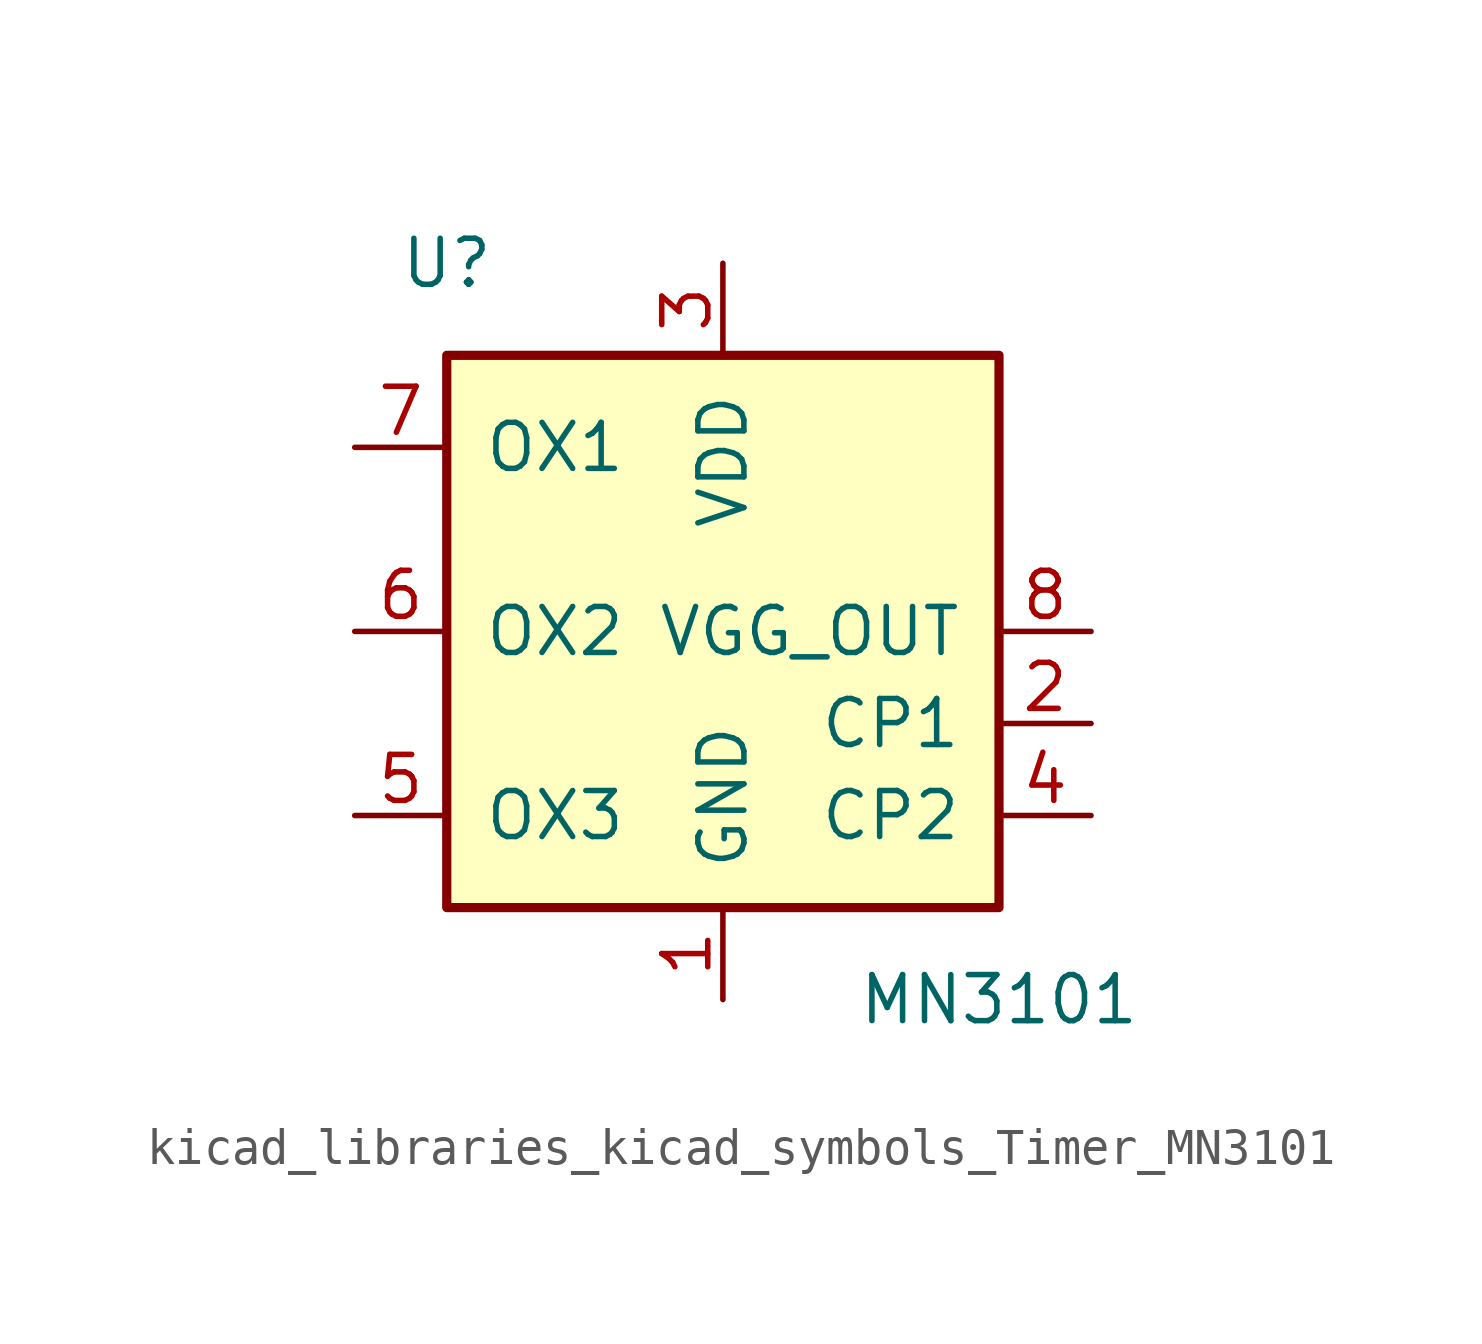
<source format=kicad_sym>
(kicad_symbol_lib
  (version 20220914)
  (generator kicad_symbol_editor)
  (symbol "kicad_libraries_kicad_symbols_Timer_MN3101"
    (pin_names
      (offset 1.016))
    (property "Reference" "U"
      (at -7.62 10.16 0)
      (effects (font (size 1.27 1.27))))
    (property "Value" "MN3101"
      (at 7.62 -10.16 0)
      (effects (font (size 1.27 1.27))))
    (symbol "kicad_libraries_kicad_symbols_Timer_MN3101_0_1"
      (rectangle (start -7.62 7.62) (end 7.62 -7.62) (stroke (width 0.254) (type default)) (fill (type background))))
    (symbol "kicad_libraries_kicad_symbols_Timer_MN3101_1_1"
      (pin power_in line (at 0 -10.16 90) (length 2.54) (name "GND" (effects (font (size 1.27 1.27)))) (number "1" (effects (font (size 1.27 1.27)))))
      (pin output line (at 10.16 -2.54 180) (length 2.54) (name "CP1" (effects (font (size 1.27 1.27)))) (number "2" (effects (font (size 1.27 1.27)))))
      (pin power_in line (at 0 10.16 270) (length 2.54) (name "VDD" (effects (font (size 1.27 1.27)))) (number "3" (effects (font (size 1.27 1.27)))))
      (pin output line (at 10.16 -5.08 180) (length 2.54) (name "CP2" (effects (font (size 1.27 1.27)))) (number "4" (effects (font (size 1.27 1.27)))))
      (pin input line (at -10.16 -5.08 0) (length 2.54) (name "OX3" (effects (font (size 1.27 1.27)))) (number "5" (effects (font (size 1.27 1.27)))))
      (pin input line (at -10.16 0 0) (length 2.54) (name "OX2" (effects (font (size 1.27 1.27)))) (number "6" (effects (font (size 1.27 1.27)))))
      (pin input line (at -10.16 5.08 0) (length 2.54) (name "OX1" (effects (font (size 1.27 1.27)))) (number "7" (effects (font (size 1.27 1.27)))))
      (pin power_out line (at 10.16 0 180) (length 2.54) (name "VGG_OUT" (effects (font (size 1.27 1.27)))) (number "8" (effects (font (size 1.27 1.27))))))))
</source>
